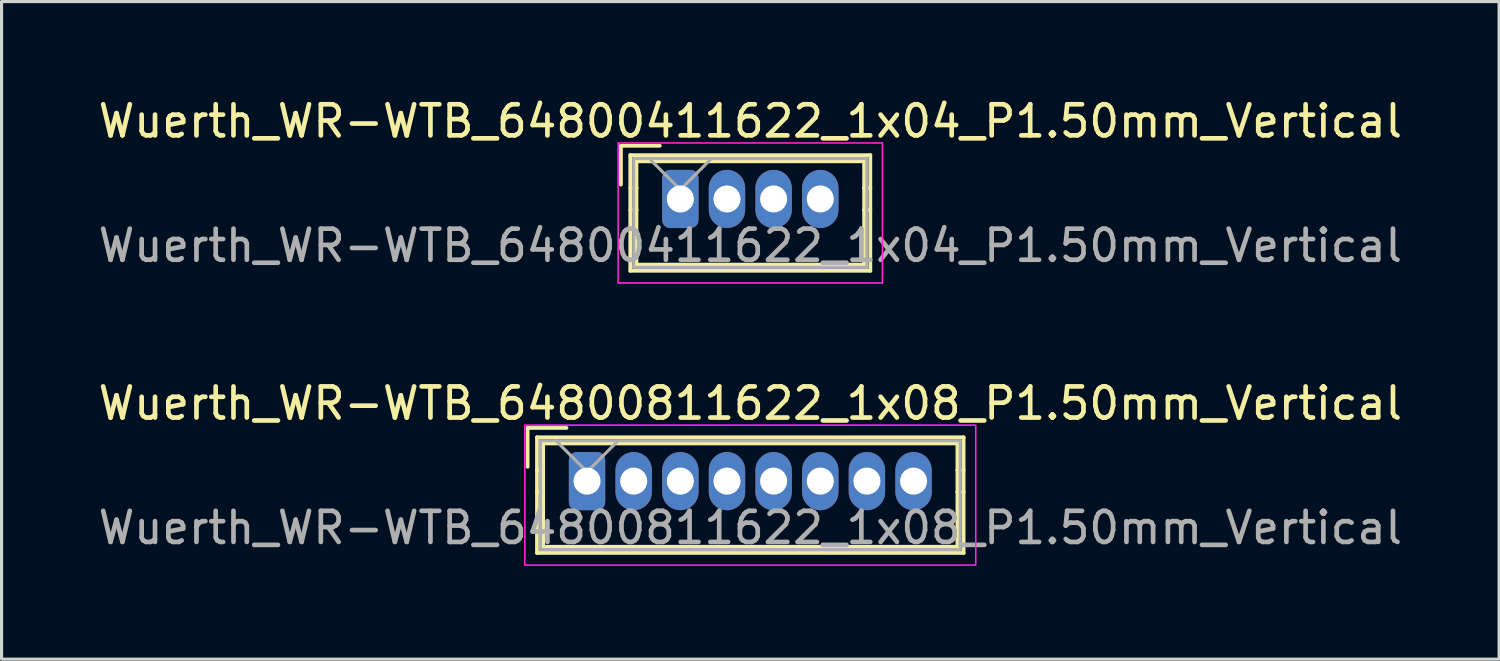
<source format=kicad_pcb>
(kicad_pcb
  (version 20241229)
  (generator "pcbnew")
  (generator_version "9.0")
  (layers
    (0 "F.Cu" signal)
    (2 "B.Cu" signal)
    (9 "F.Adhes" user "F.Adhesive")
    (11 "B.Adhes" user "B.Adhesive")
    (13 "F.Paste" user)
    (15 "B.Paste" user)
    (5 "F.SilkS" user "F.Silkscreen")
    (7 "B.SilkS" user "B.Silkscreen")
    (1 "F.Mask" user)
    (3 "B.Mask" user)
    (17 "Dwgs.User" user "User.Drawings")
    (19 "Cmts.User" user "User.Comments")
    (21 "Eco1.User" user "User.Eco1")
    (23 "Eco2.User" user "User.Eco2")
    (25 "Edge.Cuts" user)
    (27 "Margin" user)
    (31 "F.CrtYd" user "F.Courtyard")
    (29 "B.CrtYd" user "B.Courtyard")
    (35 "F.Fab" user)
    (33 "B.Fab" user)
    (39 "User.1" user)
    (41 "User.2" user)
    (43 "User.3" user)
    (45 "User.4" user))
  (footprint "Wuerth_WR-WTB_64800411622_1x04_P1.50mm_Vertical"
    (layer "F.Cu")
    (at 18.827 3.348)
    (property "Reference" "Wuerth_WR-WTB_64800411622_1x04_P1.50mm_Vertical" (at 2.25 -2.5 0) (layer "F.SilkS") (effects (font (size 1 1) (thickness 0.15))))
    (attr through_hole)
    (fp_line (start -1.91 -1.71) (end -1.91 -0.46) (stroke (width 0.12) (type solid)) (layer "F.SilkS"))
    (fp_line (start -1.61 -1.41) (end -1.61 2.31) (stroke (width 0.12) (type solid)) (layer "F.SilkS"))
    (fp_line (start -1.61 -0.35) (end -1.41 -0.35) (stroke (width 0.12) (type solid)) (layer "F.SilkS"))
    (fp_line (start -1.61 2.31) (end 6.11 2.31) (stroke (width 0.12) (type solid)) (layer "F.SilkS"))
    (fp_line (start -1.41 -1.21) (end 5.91 -1.21) (stroke (width 0.12) (type solid)) (layer "F.SilkS"))
    (fp_line (start -1.41 -0.35) (end -1.41 -1.21) (stroke (width 0.12) (type solid)) (layer "F.SilkS"))
    (fp_line (start -1.41 -0.35) (end -1.41 0.35) (stroke (width 0.12) (type solid)) (layer "F.SilkS"))
    (fp_line (start -1.41 0.35) (end -1.61 0.35) (stroke (width 0.12) (type solid)) (layer "F.SilkS"))
    (fp_line (start -1.41 0.35) (end -1.41 2.11) (stroke (width 0.12) (type solid)) (layer "F.SilkS"))
    (fp_line (start -1.41 2.11) (end 5.91 2.11) (stroke (width 0.12) (type solid)) (layer "F.SilkS"))
    (fp_line (start -0.66 -1.71) (end -1.91 -1.71) (stroke (width 0.12) (type solid)) (layer "F.SilkS"))
    (fp_line (start 5.91 -1.21) (end 5.91 -0.35) (stroke (width 0.12) (type solid)) (layer "F.SilkS"))
    (fp_line (start 5.91 -0.35) (end 5.91 0.35) (stroke (width 0.12) (type solid)) (layer "F.SilkS"))
    (fp_line (start 5.91 -0.35) (end 6.11 -0.35) (stroke (width 0.12) (type solid)) (layer "F.SilkS"))
    (fp_line (start 5.91 0.35) (end 6.11 0.35) (stroke (width 0.12) (type solid)) (layer "F.SilkS"))
    (fp_line (start 5.91 2.11) (end 5.91 0.35) (stroke (width 0.12) (type solid)) (layer "F.SilkS"))
    (fp_line (start 6.11 -1.41) (end -1.61 -1.41) (stroke (width 0.12) (type solid)) (layer "F.SilkS"))
    (fp_line (start 6.11 2.31) (end 6.11 -1.41) (stroke (width 0.12) (type solid)) (layer "F.SilkS"))
    (fp_line (start -2 -1.8) (end -2 2.7) (stroke (width 0.05) (type solid)) (layer "F.CrtYd"))
    (fp_line (start -2 2.7) (end 6.5 2.7) (stroke (width 0.05) (type solid)) (layer "F.CrtYd"))
    (fp_line (start 6.5 -1.8) (end -2 -1.8) (stroke (width 0.05) (type solid)) (layer "F.CrtYd"))
    (fp_line (start 6.5 2.7) (end 6.5 -1.8) (stroke (width 0.05) (type solid)) (layer "F.CrtYd"))
    (fp_line (start -1.5 -1.3) (end -1.5 2.2) (stroke (width 0.1) (type solid)) (layer "F.Fab"))
    (fp_line (start -1.5 2.2) (end 6 2.2) (stroke (width 0.1) (type solid)) (layer "F.Fab"))
    (fp_line (start -1 -1.3) (end 0 -0.3) (stroke (width 0.1) (type solid)) (layer "F.Fab"))
    (fp_line (start 0 -0.3) (end 1 -1.3) (stroke (width 0.1) (type solid)) (layer "F.Fab"))
    (fp_line (start 6 -1.3) (end -1.5 -1.3) (stroke (width 0.1) (type solid)) (layer "F.Fab"))
    (fp_line (start 6 2.2) (end 6 -1.3) (stroke (width 0.1) (type solid)) (layer "F.Fab"))
    (fp_text user "${REFERENCE}" (at 2.25 1.5 0) (layer "F.Fab") (effects (font (size 1 1) (thickness 0.15))))
    (pad "1" thru_hole roundrect (at 0 0) (size 1.17 1.87) (drill 0.87) (layers "*.Cu" "*.Mask") (roundrect_rratio 0.214))
    (pad "2" thru_hole oval (at 1.5 0) (size 1.17 1.87) (drill 0.87) (layers "*.Cu" "*.Mask"))
    (pad "3" thru_hole oval (at 3 0) (size 1.17 1.87) (drill 0.87) (layers "*.Cu" "*.Mask"))
    (pad "4" thru_hole oval (at 4.5 0) (size 1.17 1.87) (drill 0.87) (layers "*.Cu" "*.Mask")))
  (footprint "Wuerth_WR-WTB_64800811622_1x08_P1.50mm_Vertical"
    (layer "F.Cu")
    (at 15.827 12.421)
    (property "Reference" "Wuerth_WR-WTB_64800811622_1x08_P1.50mm_Vertical" (at 5.25 -2.5 0) (layer "F.SilkS") (effects (font (size 1 1) (thickness 0.15))))
    (attr through_hole)
    (fp_line (start -1.91 -1.71) (end -1.91 -0.46) (stroke (width 0.12) (type solid)) (layer "F.SilkS"))
    (fp_line (start -1.61 -1.41) (end -1.61 2.31) (stroke (width 0.12) (type solid)) (layer "F.SilkS"))
    (fp_line (start -1.61 -0.35) (end -1.41 -0.35) (stroke (width 0.12) (type solid)) (layer "F.SilkS"))
    (fp_line (start -1.61 2.31) (end 12.11 2.31) (stroke (width 0.12) (type solid)) (layer "F.SilkS"))
    (fp_line (start -1.41 -1.21) (end 11.91 -1.21) (stroke (width 0.12) (type solid)) (layer "F.SilkS"))
    (fp_line (start -1.41 -0.35) (end -1.41 -1.21) (stroke (width 0.12) (type solid)) (layer "F.SilkS"))
    (fp_line (start -1.41 -0.35) (end -1.41 0.35) (stroke (width 0.12) (type solid)) (layer "F.SilkS"))
    (fp_line (start -1.41 0.35) (end -1.61 0.35) (stroke (width 0.12) (type solid)) (layer "F.SilkS"))
    (fp_line (start -1.41 0.35) (end -1.41 2.11) (stroke (width 0.12) (type solid)) (layer "F.SilkS"))
    (fp_line (start -1.41 2.11) (end 11.91 2.11) (stroke (width 0.12) (type solid)) (layer "F.SilkS"))
    (fp_line (start -0.66 -1.71) (end -1.91 -1.71) (stroke (width 0.12) (type solid)) (layer "F.SilkS"))
    (fp_line (start 11.91 -1.21) (end 11.91 -0.35) (stroke (width 0.12) (type solid)) (layer "F.SilkS"))
    (fp_line (start 11.91 -0.35) (end 11.91 0.35) (stroke (width 0.12) (type solid)) (layer "F.SilkS"))
    (fp_line (start 11.91 -0.35) (end 12.11 -0.35) (stroke (width 0.12) (type solid)) (layer "F.SilkS"))
    (fp_line (start 11.91 0.35) (end 12.11 0.35) (stroke (width 0.12) (type solid)) (layer "F.SilkS"))
    (fp_line (start 11.91 2.11) (end 11.91 0.35) (stroke (width 0.12) (type solid)) (layer "F.SilkS"))
    (fp_line (start 12.11 -1.41) (end -1.61 -1.41) (stroke (width 0.12) (type solid)) (layer "F.SilkS"))
    (fp_line (start 12.11 2.31) (end 12.11 -1.41) (stroke (width 0.12) (type solid)) (layer "F.SilkS"))
    (fp_rect (start 12.5 2.7) (end -2 -1.8) (stroke (width 0.05) (type solid)) (fill no) (layer "F.CrtYd"))
    (fp_line (start -1.5 -1.3) (end -1.5 2.2) (stroke (width 0.1) (type solid)) (layer "F.Fab"))
    (fp_line (start -1.5 2.2) (end 12 2.2) (stroke (width 0.1) (type solid)) (layer "F.Fab"))
    (fp_line (start -1 -1.3) (end 0 -0.3) (stroke (width 0.1) (type solid)) (layer "F.Fab"))
    (fp_line (start 0 -0.3) (end 1 -1.3) (stroke (width 0.1) (type solid)) (layer "F.Fab"))
    (fp_line (start 12 -1.3) (end -1.5 -1.3) (stroke (width 0.1) (type solid)) (layer "F.Fab"))
    (fp_line (start 12 2.2) (end 12 -1.3) (stroke (width 0.1) (type solid)) (layer "F.Fab"))
    (fp_text user "${REFERENCE}" (at 5.25 1.5 0) (layer "F.Fab") (effects (font (size 1 1) (thickness 0.15))))
    (pad "1" thru_hole roundrect (at 0 0) (size 1.17 1.87) (drill 0.87) (layers "*.Cu" "*.Mask") (roundrect_rratio 0.214))
    (pad "2" thru_hole oval (at 1.5 0) (size 1.17 1.87) (drill 0.87) (layers "*.Cu" "*.Mask"))
    (pad "3" thru_hole oval (at 3 0) (size 1.17 1.87) (drill 0.87) (layers "*.Cu" "*.Mask"))
    (pad "4" thru_hole oval (at 4.5 0) (size 1.17 1.87) (drill 0.87) (layers "*.Cu" "*.Mask"))
    (pad "5" thru_hole oval (at 6 0) (size 1.17 1.87) (drill 0.87) (layers "*.Cu" "*.Mask"))
    (pad "6" thru_hole oval (at 7.5 0) (size 1.17 1.87) (drill 0.87) (layers "*.Cu" "*.Mask"))
    (pad "7" thru_hole oval (at 9 0) (size 1.17 1.87) (drill 0.87) (layers "*.Cu" "*.Mask"))
    (pad "8" thru_hole oval (at 10.5 0) (size 1.17 1.87) (drill 0.87) (layers "*.Cu" "*.Mask")))
  (gr_rect
    (start -3 -3)
    (end 45.155 18.146)
    (stroke (width 0.1) (type default))
    (fill no)
    (layer "Edge.Cuts")))
</source>
